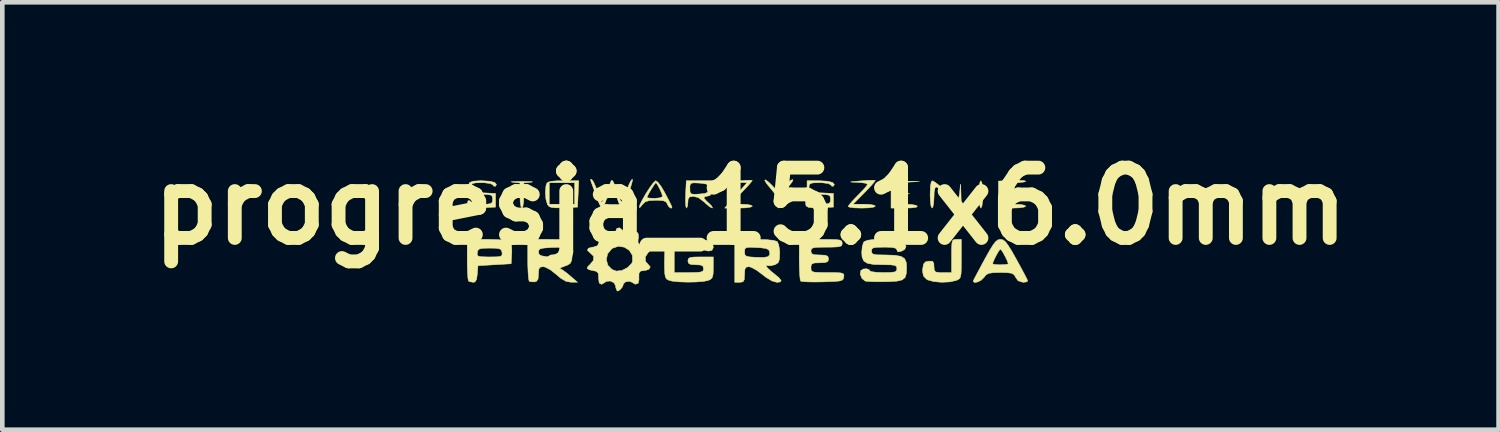
<source format=kicad_pcb>
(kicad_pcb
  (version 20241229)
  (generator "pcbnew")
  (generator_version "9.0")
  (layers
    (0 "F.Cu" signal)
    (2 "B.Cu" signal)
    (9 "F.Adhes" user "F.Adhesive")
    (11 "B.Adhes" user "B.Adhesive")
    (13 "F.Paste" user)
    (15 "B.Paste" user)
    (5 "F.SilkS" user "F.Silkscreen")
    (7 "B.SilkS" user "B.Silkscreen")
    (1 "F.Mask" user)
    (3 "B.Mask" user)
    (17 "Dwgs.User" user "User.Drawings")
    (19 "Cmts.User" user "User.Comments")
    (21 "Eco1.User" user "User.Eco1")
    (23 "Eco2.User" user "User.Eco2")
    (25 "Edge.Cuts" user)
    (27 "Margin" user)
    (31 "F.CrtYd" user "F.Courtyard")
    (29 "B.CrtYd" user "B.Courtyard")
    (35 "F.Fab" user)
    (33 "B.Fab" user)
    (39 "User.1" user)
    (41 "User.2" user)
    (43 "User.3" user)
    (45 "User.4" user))
  (footprint "progresja_15.1x6.0mm"
    (layer "F.Cu")
    (at 13.215 1.418)
    (property "Reference" "progresja_15.1x6.0mm" (at 0 0 0) (layer "F.SilkS") (effects (font (size 1.524 1.524) (thickness 0.3))))
    (attr through_hole)
    (fp_poly (pts (xy 5.017 -0.511) (xy 5.032 -0.406) (xy 5.038 -0.254) (xy 5.038 -0.254) (xy 5.032 -0.102) (xy 5.017 0.003) (xy 4.995 0.042) (xy 4.995 0.042) (xy 4.974 0.003) (xy 4.959 -0.102) (xy 4.953 -0.254) (xy 4.953 -0.254) (xy 4.959 -0.406) (xy 4.974 -0.511) (xy 4.995 -0.55) (xy 4.995 -0.55) (xy 5.017 -0.511)) (stroke (width 0.01) (type solid)) (fill yes) (layer "F.SilkS"))
    (fp_poly (pts (xy -4.813 -0.534) (xy -4.733 -0.53) (xy -4.724 -0.524) (xy -4.752 -0.519) (xy -4.911 -0.503) (xy -4.911 -0.23) (xy -4.917 -0.087) (xy -4.933 0.01) (xy -4.953 0.042) (xy -4.975 0.003) (xy -4.99 -0.099) (xy -4.995 -0.23) (xy -4.995 -0.503) (xy -5.154 -0.519) (xy -5.187 -0.527) (xy -5.145 -0.532) (xy -5.037 -0.536) (xy -4.953 -0.536) (xy -4.813 -0.534)) (stroke (width 0.01) (type solid)) (fill yes) (layer "F.SilkS"))
    (fp_poly (pts (xy 0.04 -0.56) (xy 0.021 -0.527) (xy -0.046 -0.449) (xy -0.147 -0.341) (xy -0.192 -0.295) (xy -0.442 -0.042) (xy -0.2 -0.042) (xy -0.069 -0.036) (xy 0.019 -0.018) (xy 0.042 0) (xy 0.003 0.022) (xy -0.102 0.037) (xy -0.255 0.042) (xy -0.258 0.042) (xy -0.557 0.042) (xy -0.316 -0.233) (xy -0.074 -0.508) (xy -0.529 -0.523) (xy -0.254 -0.547) (xy -0.111 -0.558) (xy -0.004 -0.562) (xy 0.04 -0.56)) (stroke (width 0.01) (type solid)) (fill yes) (layer "F.SilkS"))
    (fp_poly (pts (xy -3.734 -0.265) (xy -3.747 0.021) (xy -4.051 0.034) (xy -4.213 0.037) (xy -4.311 0.029) (xy -4.367 0.006) (xy -4.4 -0.038) (xy -4.433 -0.153) (xy -4.444 -0.303) (xy -4.431 -0.443) (xy -4.419 -0.483) (xy -4.398 -0.508) (xy -4.36 -0.508) (xy -4.36 -0.042) (xy -3.81 -0.042) (xy -3.81 -0.508) (xy -4.36 -0.508) (xy -4.398 -0.508) (xy -4.388 -0.518) (xy -4.318 -0.539) (xy -4.19 -0.549) (xy -4.058 -0.55) (xy -3.721 -0.55) (xy -3.734 -0.265)) (stroke (width 0.01) (type solid)) (fill yes) (layer "F.SilkS"))
    (fp_poly (pts (xy 0.923 -0.573) (xy 0.909 -0.532) (xy 0.849 -0.453) (xy 0.786 -0.384) (xy 0.689 -0.274) (xy 0.645 -0.188) (xy 0.642 -0.099) (xy 0.644 -0.088) (xy 0.644 0.01) (xy 0.614 0.042) (xy 0.582 0.006) (xy 0.583 -0.08) (xy 0.58 -0.172) (xy 0.533 -0.267) (xy 0.443 -0.377) (xy 0.347 -0.494) (xy 0.31 -0.56) (xy 0.328 -0.571) (xy 0.397 -0.519) (xy 0.481 -0.436) (xy 0.633 -0.275) (xy 0.699 -0.368) (xy 0.792 -0.486) (xy 0.87 -0.56) (xy 0.92 -0.575) (xy 0.923 -0.573)) (stroke (width 0.01) (type solid)) (fill yes) (layer "F.SilkS"))
    (fp_poly (pts (xy 3.355 -0.542) (xy 3.662 -0.534) (xy 3.397 -0.519) (xy 3.253 -0.508) (xy 3.173 -0.491) (xy 3.14 -0.46) (xy 3.133 -0.405) (xy 3.133 -0.403) (xy 3.146 -0.334) (xy 3.201 -0.299) (xy 3.291 -0.285) (xy 3.45 -0.268) (xy 3.291 -0.261) (xy 3.186 -0.249) (xy 3.142 -0.214) (xy 3.133 -0.148) (xy 3.139 -0.087) (xy 3.171 -0.056) (xy 3.25 -0.044) (xy 3.363 -0.042) (xy 3.496 -0.035) (xy 3.591 -0.017) (xy 3.619 0) (xy 3.596 0.024) (xy 3.495 0.038) (xy 3.347 0.042) (xy 3.048 0.042) (xy 3.048 -0.55) (xy 3.355 -0.542)) (stroke (width 0.01) (type solid)) (fill yes) (layer "F.SilkS"))
    (fp_poly (pts (xy 4.572 1.144) (xy 4.571 1.337) (xy 4.566 1.462) (xy 4.552 1.537) (xy 4.526 1.577) (xy 4.484 1.601) (xy 4.463 1.61) (xy 4.32 1.642) (xy 4.146 1.65) (xy 3.978 1.636) (xy 3.847 1.6) (xy 3.817 1.583) (xy 3.75 1.513) (xy 3.731 1.413) (xy 3.734 1.361) (xy 3.752 1.256) (xy 3.795 1.208) (xy 3.863 1.193) (xy 3.944 1.193) (xy 3.975 1.237) (xy 3.979 1.31) (xy 3.985 1.389) (xy 4.016 1.427) (xy 4.096 1.439) (xy 4.17 1.439) (xy 4.36 1.439) (xy 4.36 1.079) (xy 4.361 0.905) (xy 4.368 0.799) (xy 4.384 0.744) (xy 4.415 0.723) (xy 4.466 0.72) (xy 4.572 0.72) (xy 4.572 1.144)) (stroke (width 0.01) (type solid)) (fill yes) (layer "F.SilkS"))
    (fp_poly (pts (xy 3.994 -0.523) (xy 4.088 -0.453) (xy 4.205 -0.352) (xy 4.22 -0.339) (xy 4.337 -0.236) (xy 4.432 -0.161) (xy 4.485 -0.128) (xy 4.489 -0.127) (xy 4.512 -0.165) (xy 4.532 -0.263) (xy 4.541 -0.349) (xy 4.549 -0.449) (xy 4.554 -0.477) (xy 4.559 -0.429) (xy 4.563 -0.301) (xy 4.564 -0.261) (xy 4.572 0.05) (xy 4.367 -0.122) (xy 4.249 -0.223) (xy 4.153 -0.311) (xy 4.107 -0.359) (xy 4.044 -0.416) (xy 4.004 -0.401) (xy 3.983 -0.31) (xy 3.979 -0.191) (xy 3.972 -0.063) (xy 3.954 0.022) (xy 3.937 0.042) (xy 3.915 0.003) (xy 3.9 -0.102) (xy 3.895 -0.254) (xy 3.895 -0.254) (xy 3.901 -0.426) (xy 3.92 -0.526) (xy 3.942 -0.55) (xy 3.994 -0.523)) (stroke (width 0.01) (type solid)) (fill yes) (layer "F.SilkS"))
    (fp_poly (pts (xy 5.924 -0.554) (xy 5.969 -0.541) (xy 5.969 -0.54) (xy 5.931 -0.523) (xy 5.83 -0.512) (xy 5.712 -0.508) (xy 5.571 -0.506) (xy 5.495 -0.494) (xy 5.467 -0.466) (xy 5.468 -0.414) (xy 5.469 -0.413) (xy 5.497 -0.346) (xy 5.573 -0.307) (xy 5.652 -0.292) (xy 5.821 -0.266) (xy 5.641 -0.26) (xy 5.527 -0.251) (xy 5.475 -0.224) (xy 5.461 -0.165) (xy 5.461 -0.148) (xy 5.466 -0.09) (xy 5.496 -0.058) (xy 5.569 -0.045) (xy 5.706 -0.042) (xy 5.715 -0.042) (xy 5.85 -0.036) (xy 5.942 -0.019) (xy 5.969 0) (xy 5.93 0.022) (xy 5.825 0.037) (xy 5.673 0.042) (xy 5.376 0.042) (xy 5.376 -0.543) (xy 5.673 -0.557) (xy 5.819 -0.56) (xy 5.924 -0.554)) (stroke (width 0.01) (type solid)) (fill yes) (layer "F.SilkS"))
    (fp_poly (pts (xy 2.706 -0.56) (xy 2.707 -0.56) (xy 2.688 -0.527) (xy 2.621 -0.449) (xy 2.52 -0.341) (xy 2.475 -0.295) (xy 2.225 -0.042) (xy 2.467 -0.042) (xy 2.598 -0.036) (xy 2.686 -0.018) (xy 2.709 0) (xy 2.67 0.022) (xy 2.565 0.037) (xy 2.413 0.042) (xy 2.413 0.042) (xy 2.267 0.038) (xy 2.161 0.026) (xy 2.117 0.01) (xy 2.117 0.009) (xy 2.145 -0.035) (xy 2.219 -0.12) (xy 2.322 -0.227) (xy 2.328 -0.233) (xy 2.433 -0.341) (xy 2.509 -0.427) (xy 2.54 -0.474) (xy 2.54 -0.475) (xy 2.502 -0.495) (xy 2.404 -0.51) (xy 2.318 -0.515) (xy 2.209 -0.52) (xy 2.171 -0.524) (xy 2.206 -0.531) (xy 2.32 -0.541) (xy 2.392 -0.547) (xy 2.541 -0.558) (xy 2.654 -0.562) (xy 2.706 -0.56)) (stroke (width 0.01) (type solid)) (fill yes) (layer "F.SilkS"))
    (fp_poly (pts (xy -5.704 0.72) (xy -5.517 0.724) (xy -5.358 0.733) (xy -5.25 0.746) (xy -5.215 0.756) (xy -5.179 0.825) (xy -5.171 0.969) (xy -5.173 1.02) (xy -5.186 1.249) (xy -5.546 1.27) (xy -5.905 1.291) (xy -5.919 1.471) (xy -5.936 1.59) (xy -5.97 1.643) (xy -6.007 1.651) (xy -6.086 1.637) (xy -6.11 1.623) (xy -6.122 1.571) (xy -6.131 1.454) (xy -6.137 1.29) (xy -6.138 1.157) (xy -6.138 1.056) (xy -5.921 1.056) (xy -5.896 1.085) (xy -5.827 1.097) (xy -5.695 1.101) (xy -5.652 1.101) (xy -5.502 1.099) (xy -5.419 1.089) (xy -5.385 1.065) (xy -5.382 1.02) (xy -5.384 1.005) (xy -5.399 0.952) (xy -5.441 0.924) (xy -5.528 0.912) (xy -5.652 0.91) (xy -5.794 0.913) (xy -5.872 0.927) (xy -5.907 0.959) (xy -5.919 1.005) (xy -5.921 1.056) (xy -6.138 1.056) (xy -6.138 0.72) (xy -5.704 0.72)) (stroke (width 0.01) (type solid)) (fill yes) (layer "F.SilkS"))
    (fp_poly (pts (xy 1.673 -0.54) (xy 1.782 -0.513) (xy 1.82 -0.471) (xy 1.798 -0.431) (xy 1.759 -0.435) (xy 1.748 -0.455) (xy 1.693 -0.489) (xy 1.565 -0.506) (xy 1.499 -0.508) (xy 1.367 -0.505) (xy 1.299 -0.49) (xy 1.273 -0.453) (xy 1.27 -0.404) (xy 1.276 -0.347) (xy 1.307 -0.315) (xy 1.382 -0.298) (xy 1.522 -0.288) (xy 1.535 -0.288) (xy 1.799 -0.275) (xy 1.799 0.021) (xy 1.513 0.034) (xy 1.353 0.037) (xy 1.259 0.026) (xy 1.212 -0.001) (xy 1.201 -0.021) (xy 1.195 -0.095) (xy 1.207 -0.118) (xy 1.247 -0.115) (xy 1.258 -0.095) (xy 1.313 -0.061) (xy 1.44 -0.044) (xy 1.506 -0.042) (xy 1.638 -0.045) (xy 1.707 -0.06) (xy 1.732 -0.097) (xy 1.736 -0.148) (xy 1.73 -0.207) (xy 1.701 -0.238) (xy 1.628 -0.251) (xy 1.491 -0.254) (xy 1.482 -0.254) (xy 1.228 -0.254) (xy 1.228 -0.55) (xy 1.5 -0.55) (xy 1.673 -0.54)) (stroke (width 0.01) (type solid)) (fill yes) (layer "F.SilkS"))
    (fp_poly (pts (xy -0.812 -0.392) (xy -0.832 -0.282) (xy -0.877 -0.231) (xy -0.921 -0.219) (xy -0.994 -0.203) (xy -1.006 -0.172) (xy -0.954 -0.112) (xy -0.9 -0.063) (xy -0.836 0.003) (xy -0.822 0.039) (xy -0.828 0.041) (xy -0.883 0.014) (xy -0.967 -0.056) (xy -0.995 -0.085) (xy -1.13 -0.186) (xy -1.236 -0.212) (xy -1.32 -0.2) (xy -1.351 -0.148) (xy -1.355 -0.085) (xy -1.364 0.005) (xy -1.386 0.042) (xy -1.386 0.042) (xy -1.4 0.004) (xy -1.407 -0.098) (xy -1.405 -0.241) (xy -1.404 -0.254) (xy -1.398 -0.381) (xy -1.312 -0.381) (xy -1.308 -0.302) (xy -1.281 -0.265) (xy -1.209 -0.257) (xy -1.111 -0.262) (xy -0.989 -0.274) (xy -0.93 -0.299) (xy -0.911 -0.35) (xy -0.91 -0.381) (xy -0.919 -0.446) (xy -0.958 -0.479) (xy -1.052 -0.495) (xy -1.111 -0.5) (xy -1.232 -0.505) (xy -1.291 -0.491) (xy -1.311 -0.445) (xy -1.312 -0.381) (xy -1.398 -0.381) (xy -1.39 -0.55) (xy -0.799 -0.55) (xy -0.812 -0.392)) (stroke (width 0.01) (type solid)) (fill yes) (layer "F.SilkS"))
    (fp_poly (pts (xy -2.002 -0.515) (xy -1.933 -0.423) (xy -1.857 -0.293) (xy -1.853 -0.286) (xy -1.771 -0.128) (xy -1.722 -0.031) (xy -1.701 0.02) (xy -1.702 0.039) (xy -1.72 0.042) (xy -1.729 0.042) (xy -1.775 0.007) (xy -1.799 -0.042) (xy -1.829 -0.093) (xy -1.893 -0.119) (xy -2.014 -0.127) (xy -2.051 -0.127) (xy -2.193 -0.12) (xy -2.279 -0.094) (xy -2.337 -0.039) (xy -2.342 -0.032) (xy -2.39 0.025) (xy -2.411 0.028) (xy -2.392 -0.038) (xy -2.338 -0.145) (xy -2.313 -0.188) (xy -2.244 -0.188) (xy -2.206 -0.176) (xy -2.112 -0.17) (xy -2.074 -0.169) (xy -1.968 -0.179) (xy -1.909 -0.204) (xy -1.905 -0.214) (xy -1.922 -0.274) (xy -1.961 -0.365) (xy -2.007 -0.452) (xy -2.043 -0.504) (xy -2.05 -0.508) (xy -2.078 -0.476) (xy -2.129 -0.398) (xy -2.186 -0.305) (xy -2.229 -0.224) (xy -2.244 -0.188) (xy -2.313 -0.188) (xy -2.265 -0.272) (xy -2.185 -0.396) (xy -2.112 -0.495) (xy -2.06 -0.547) (xy -2.05 -0.55) (xy -2.002 -0.515)) (stroke (width 0.01) (type solid)) (fill yes) (layer "F.SilkS"))
    (fp_poly (pts (xy -5.649 -0.54) (xy -5.541 -0.513) (xy -5.504 -0.47) (xy -5.526 -0.431) (xy -5.565 -0.435) (xy -5.576 -0.455) (xy -5.631 -0.489) (xy -5.758 -0.506) (xy -5.824 -0.508) (xy -5.956 -0.505) (xy -6.025 -0.49) (xy -6.05 -0.453) (xy -6.054 -0.404) (xy -6.048 -0.347) (xy -6.017 -0.315) (xy -5.941 -0.298) (xy -5.802 -0.288) (xy -5.789 -0.288) (xy -5.524 -0.275) (xy -5.524 0.021) (xy -5.811 0.034) (xy -5.971 0.037) (xy -6.065 0.026) (xy -6.112 -0.001) (xy -6.123 -0.021) (xy -6.129 -0.095) (xy -6.117 -0.118) (xy -6.077 -0.115) (xy -6.066 -0.095) (xy -6.011 -0.061) (xy -5.883 -0.044) (xy -5.817 -0.042) (xy -5.685 -0.045) (xy -5.617 -0.06) (xy -5.591 -0.097) (xy -5.588 -0.148) (xy -5.594 -0.207) (xy -5.623 -0.239) (xy -5.698 -0.252) (xy -5.837 -0.254) (xy -5.837 -0.254) (xy -5.978 -0.257) (xy -6.056 -0.272) (xy -6.092 -0.306) (xy -6.105 -0.351) (xy -6.114 -0.452) (xy -6.086 -0.512) (xy -6.006 -0.541) (xy -5.859 -0.55) (xy -5.82 -0.55) (xy -5.649 -0.54)) (stroke (width 0.01) (type solid)) (fill yes) (layer "F.SilkS"))
    (fp_poly (pts (xy -2.557 -0.582) (xy -2.561 -0.535) (xy -2.589 -0.435) (xy -2.633 -0.305) (xy -2.685 -0.169) (xy -2.735 -0.051) (xy -2.775 0.026) (xy -2.791 0.042) (xy -2.819 0.005) (xy -2.86 -0.09) (xy -2.894 -0.191) (xy -2.939 -0.316) (xy -2.979 -0.4) (xy -3 -0.423) (xy -3.029 -0.386) (xy -3.071 -0.291) (xy -3.106 -0.191) (xy -3.151 -0.065) (xy -3.193 0.02) (xy -3.216 0.042) (xy -3.247 0.006) (xy -3.293 -0.09) (xy -3.336 -0.201) (xy -3.387 -0.346) (xy -3.431 -0.468) (xy -3.453 -0.526) (xy -3.465 -0.582) (xy -3.438 -0.577) (xy -3.4 -0.523) (xy -3.351 -0.414) (xy -3.317 -0.316) (xy -3.274 -0.191) (xy -3.236 -0.107) (xy -3.218 -0.085) (xy -3.191 -0.121) (xy -3.148 -0.215) (xy -3.114 -0.307) (xy -3.066 -0.436) (xy -3.025 -0.531) (xy -3.007 -0.562) (xy -2.981 -0.543) (xy -2.942 -0.46) (xy -2.9 -0.34) (xy -2.845 -0.18) (xy -2.801 -0.102) (xy -2.763 -0.103) (xy -2.73 -0.18) (xy -2.724 -0.201) (xy -2.687 -0.326) (xy -2.641 -0.447) (xy -2.597 -0.54) (xy -2.564 -0.583) (xy -2.557 -0.582)) (stroke (width 0.01) (type solid)) (fill yes) (layer "F.SilkS"))
    (fp_poly (pts (xy 5.47 0.729) (xy 5.522 0.766) (xy 5.582 0.843) (xy 5.662 0.97) (xy 5.768 1.158) (xy 5.863 1.332) (xy 5.941 1.478) (xy 5.993 1.58) (xy 6.011 1.624) (xy 5.975 1.644) (xy 5.905 1.651) (xy 5.8 1.616) (xy 5.75 1.545) (xy 5.717 1.488) (xy 5.668 1.457) (xy 5.582 1.443) (xy 5.435 1.439) (xy 5.417 1.439) (xy 5.261 1.442) (xy 5.166 1.457) (xy 5.107 1.489) (xy 5.063 1.545) (xy 5.003 1.604) (xy 4.927 1.643) (xy 4.861 1.656) (xy 4.83 1.634) (xy 4.833 1.614) (xy 4.858 1.563) (xy 4.915 1.455) (xy 4.995 1.306) (xy 5.025 1.25) (xy 5.249 1.25) (xy 5.287 1.263) (xy 5.381 1.27) (xy 5.419 1.27) (xy 5.525 1.266) (xy 5.584 1.255) (xy 5.588 1.25) (xy 5.57 1.193) (xy 5.528 1.103) (xy 5.477 1.009) (xy 5.434 0.944) (xy 5.419 0.931) (xy 5.388 0.965) (xy 5.34 1.045) (xy 5.291 1.141) (xy 5.256 1.222) (xy 5.249 1.25) (xy 5.025 1.25) (xy 5.08 1.148) (xy 5.185 0.96) (xy 5.262 0.836) (xy 5.321 0.762) (xy 5.371 0.728) (xy 5.419 0.72) (xy 5.47 0.729)) (stroke (width 0.01) (type solid)) (fill yes) (layer "F.SilkS"))
    (fp_poly (pts (xy -1.109 0.724) (xy -0.957 0.739) (xy -0.864 0.771) (xy -0.817 0.822) (xy -0.804 0.897) (xy -0.804 0.897) (xy -0.834 0.959) (xy -0.91 0.974) (xy -0.99 0.959) (xy -1.016 0.931) (xy -1.055 0.91) (xy -1.162 0.895) (xy -1.319 0.889) (xy -1.333 0.889) (xy -1.651 0.889) (xy -1.651 1.439) (xy -1.333 1.439) (xy -1.171 1.437) (xy -1.076 1.428) (xy -1.03 1.407) (xy -1.016 1.37) (xy -1.016 1.355) (xy -1.03 1.299) (xy -1.088 1.275) (xy -1.185 1.27) (xy -1.296 1.263) (xy -1.345 1.234) (xy -1.355 1.185) (xy -1.346 1.14) (xy -1.308 1.114) (xy -1.221 1.103) (xy -1.079 1.101) (xy -0.804 1.101) (xy -0.804 1.335) (xy -0.808 1.471) (xy -0.827 1.548) (xy -0.869 1.59) (xy -0.913 1.61) (xy -1.02 1.632) (xy -1.181 1.644) (xy -1.367 1.647) (xy -1.549 1.641) (xy -1.697 1.625) (xy -1.767 1.607) (xy -1.813 1.583) (xy -1.841 1.542) (xy -1.856 1.467) (xy -1.862 1.339) (xy -1.863 1.195) (xy -1.857 0.988) (xy -1.839 0.843) (xy -1.812 0.771) (xy -1.812 0.77) (xy -1.739 0.744) (xy -1.588 0.726) (xy -1.365 0.72) (xy -1.333 0.72) (xy -1.109 0.724)) (stroke (width 0.01) (type solid)) (fill yes) (layer "F.SilkS"))
    (fp_poly (pts (xy 0.333 0.725) (xy 0.495 0.741) (xy 0.579 0.766) (xy 0.584 0.77) (xy 0.614 0.841) (xy 0.633 0.96) (xy 0.635 1.026) (xy 0.629 1.153) (xy 0.605 1.222) (xy 0.549 1.262) (xy 0.526 1.271) (xy 0.432 1.294) (xy 0.377 1.289) (xy 0.342 1.289) (xy 0.341 1.299) (xy 0.373 1.343) (xy 0.452 1.416) (xy 0.508 1.46) (xy 0.623 1.556) (xy 0.667 1.615) (xy 0.644 1.644) (xy 0.569 1.651) (xy 0.467 1.621) (xy 0.333 1.54) (xy 0.259 1.482) (xy 0.137 1.391) (xy 0.027 1.33) (xy -0.034 1.312) (xy -0.095 1.324) (xy -0.121 1.375) (xy -0.127 1.482) (xy -0.133 1.591) (xy -0.16 1.639) (xy -0.224 1.651) (xy -0.233 1.651) (xy -0.339 1.651) (xy -0.339 0.991) (xy -0.127 0.991) (xy -0.121 1.051) (xy -0.088 1.084) (xy -0.008 1.101) (xy 0.116 1.109) (xy 0.281 1.112) (xy 0.377 1.097) (xy 0.417 1.057) (xy 0.416 0.989) (xy 0.393 0.944) (xy 0.333 0.917) (xy 0.216 0.902) (xy 0.137 0.898) (xy -0.007 0.892) (xy -0.086 0.899) (xy -0.119 0.925) (xy -0.127 0.976) (xy -0.127 0.991) (xy -0.339 0.991) (xy -0.339 0.72) (xy 0.097 0.72) (xy 0.333 0.725)) (stroke (width 0.01) (type solid)) (fill yes) (layer "F.SilkS"))
    (fp_poly (pts (xy -4.163 0.723) (xy -4.011 0.738) (xy -3.918 0.772) (xy -3.871 0.834) (xy -3.857 0.931) (xy -3.86 1.044) (xy -3.873 1.17) (xy -3.903 1.239) (xy -3.968 1.28) (xy -4.022 1.299) (xy -4.106 1.332) (xy -4.133 1.352) (xy -4.128 1.354) (xy -4.074 1.382) (xy -3.982 1.449) (xy -3.916 1.504) (xy -3.747 1.65) (xy -3.885 1.65) (xy -3.997 1.63) (xy -4.114 1.561) (xy -4.207 1.482) (xy -4.334 1.381) (xy -4.446 1.322) (xy -4.492 1.312) (xy -4.559 1.323) (xy -4.587 1.372) (xy -4.593 1.471) (xy -4.603 1.581) (xy -4.639 1.631) (xy -4.68 1.642) (xy -4.764 1.639) (xy -4.796 1.625) (xy -4.808 1.572) (xy -4.818 1.454) (xy -4.825 1.29) (xy -4.826 1.157) (xy -4.826 0.995) (xy -4.593 0.995) (xy -4.581 1.045) (xy -4.53 1.076) (xy -4.422 1.095) (xy -4.36 1.101) (xy -4.206 1.113) (xy -4.117 1.109) (xy -4.076 1.081) (xy -4.064 1.023) (xy -4.064 0.99) (xy -4.069 0.933) (xy -4.095 0.903) (xy -4.163 0.893) (xy -4.292 0.896) (xy -4.329 0.898) (xy -4.475 0.908) (xy -4.555 0.925) (xy -4.588 0.957) (xy -4.593 0.995) (xy -4.826 0.995) (xy -4.826 0.72) (xy -4.387 0.72) (xy -4.163 0.723)) (stroke (width 0.01) (type solid)) (fill yes) (layer "F.SilkS"))
    (fp_poly (pts (xy 1.728 0.721) (xy 1.862 0.725) (xy 1.94 0.736) (xy 1.978 0.757) (xy 1.989 0.788) (xy 1.99 0.804) (xy 1.983 0.847) (xy 1.95 0.872) (xy 1.875 0.884) (xy 1.74 0.889) (xy 1.651 0.889) (xy 1.482 0.891) (xy 1.381 0.899) (xy 1.331 0.918) (xy 1.314 0.951) (xy 1.312 0.974) (xy 1.325 1.027) (xy 1.377 1.052) (xy 1.489 1.058) (xy 1.503 1.058) (xy 1.622 1.064) (xy 1.678 1.087) (xy 1.693 1.137) (xy 1.693 1.143) (xy 1.681 1.196) (xy 1.629 1.221) (xy 1.517 1.228) (xy 1.503 1.228) (xy 1.385 1.232) (xy 1.33 1.254) (xy 1.313 1.305) (xy 1.312 1.333) (xy 1.316 1.385) (xy 1.337 1.416) (xy 1.392 1.432) (xy 1.498 1.438) (xy 1.672 1.439) (xy 1.675 1.439) (xy 1.85 1.44) (xy 1.956 1.447) (xy 2.01 1.462) (xy 2.027 1.492) (xy 2.024 1.535) (xy 2.014 1.577) (xy 1.986 1.605) (xy 1.926 1.623) (xy 1.818 1.633) (xy 1.646 1.639) (xy 1.564 1.642) (xy 1.377 1.644) (xy 1.223 1.641) (xy 1.12 1.633) (xy 1.088 1.624) (xy 1.076 1.572) (xy 1.066 1.454) (xy 1.06 1.29) (xy 1.058 1.157) (xy 1.058 0.72) (xy 1.524 0.72) (xy 1.728 0.721)) (stroke (width 0.01) (type solid)) (fill yes) (layer "F.SilkS"))
    (fp_poly (pts (xy 3.012 0.722) (xy 3.169 0.739) (xy 3.284 0.766) (xy 3.322 0.788) (xy 3.374 0.872) (xy 3.343 0.939) (xy 3.268 0.979) (xy 3.195 0.992) (xy 3.175 0.951) (xy 3.155 0.916) (xy 3.087 0.897) (xy 2.953 0.889) (xy 2.9 0.889) (xy 2.751 0.892) (xy 2.668 0.903) (xy 2.632 0.93) (xy 2.625 0.974) (xy 2.633 1.018) (xy 2.668 1.043) (xy 2.75 1.055) (xy 2.896 1.058) (xy 2.924 1.058) (xy 3.129 1.065) (xy 3.265 1.089) (xy 3.343 1.139) (xy 3.379 1.223) (xy 3.386 1.324) (xy 3.38 1.459) (xy 3.353 1.547) (xy 3.289 1.599) (xy 3.175 1.626) (xy 2.995 1.636) (xy 2.933 1.637) (xy 2.756 1.639) (xy 2.606 1.635) (xy 2.508 1.628) (xy 2.489 1.624) (xy 2.418 1.568) (xy 2.38 1.477) (xy 2.392 1.397) (xy 2.446 1.363) (xy 2.521 1.357) (xy 2.575 1.379) (xy 2.582 1.397) (xy 2.621 1.419) (xy 2.726 1.434) (xy 2.878 1.439) (xy 2.879 1.439) (xy 3.034 1.437) (xy 3.124 1.427) (xy 3.164 1.403) (xy 3.175 1.361) (xy 3.175 1.355) (xy 3.167 1.31) (xy 3.131 1.285) (xy 3.05 1.273) (xy 2.904 1.27) (xy 2.876 1.27) (xy 2.67 1.264) (xy 2.535 1.239) (xy 2.457 1.189) (xy 2.42 1.105) (xy 2.413 1.002) (xy 2.424 0.877) (xy 2.452 0.786) (xy 2.464 0.77) (xy 2.538 0.74) (xy 2.672 0.722) (xy 2.838 0.716) (xy 3.012 0.722)) (stroke (width 0.01) (type solid)) (fill yes) (layer "F.SilkS"))
    (fp_poly (pts (xy -2.78 0.512) (xy -2.765 0.547) (xy -2.709 0.635) (xy -2.62 0.654) (xy -2.535 0.609) (xy -2.475 0.563) (xy -2.444 0.577) (xy -2.431 0.606) (xy -2.424 0.69) (xy -2.434 0.719) (xy -2.436 0.788) (xy -2.379 0.852) (xy -2.286 0.887) (xy -2.26 0.889) (xy -2.175 0.907) (xy -2.169 0.956) (xy -2.223 1.016) (xy -2.279 1.105) (xy -2.272 1.201) (xy -2.217 1.262) (xy -2.171 1.315) (xy -2.196 1.366) (xy -2.277 1.395) (xy -2.31 1.397) (xy -2.383 1.408) (xy -2.415 1.457) (xy -2.417 1.562) (xy -2.415 1.598) (xy -2.435 1.675) (xy -2.498 1.692) (xy -2.567 1.65) (xy -2.63 1.628) (xy -2.706 1.642) (xy -2.75 1.681) (xy -2.752 1.69) (xy -2.775 1.752) (xy -2.826 1.813) (xy -2.876 1.841) (xy -2.89 1.837) (xy -2.917 1.772) (xy -2.921 1.731) (xy -2.956 1.662) (xy -3.035 1.623) (xy -3.12 1.629) (xy -3.145 1.647) (xy -3.225 1.695) (xy -3.277 1.667) (xy -3.292 1.569) (xy -3.292 1.557) (xy -3.296 1.458) (xy -3.338 1.414) (xy -3.365 1.407) (xy -3.491 1.38) (xy -3.54 1.35) (xy -3.522 1.307) (xy -3.482 1.271) (xy -3.401 1.173) (xy -3.401 1.16) (xy -3.123 1.16) (xy -3.089 1.282) (xy -3 1.373) (xy -2.906 1.408) (xy -2.784 1.394) (xy -2.661 1.331) (xy -2.573 1.24) (xy -2.555 1.196) (xy -2.559 1.066) (xy -2.625 0.959) (xy -2.733 0.89) (xy -2.862 0.87) (xy -2.989 0.913) (xy -3.003 0.922) (xy -3.095 1.033) (xy -3.123 1.16) (xy -3.401 1.16) (xy -3.4 1.084) (xy -3.473 1.015) (xy -3.532 0.96) (xy -3.515 0.913) (xy -3.429 0.89) (xy -3.41 0.889) (xy -3.314 0.858) (xy -3.277 0.77) (xy -3.289 0.681) (xy -3.289 0.612) (xy -3.229 0.593) (xy -3.225 0.593) (xy -3.143 0.609) (xy -3.114 0.631) (xy -3.058 0.658) (xy -2.985 0.635) (xy -2.93 0.581) (xy -2.921 0.545) (xy -2.894 0.481) (xy -2.836 0.47) (xy -2.78 0.512)) (stroke (width 0.01) (type solid)) (fill yes) (layer "F.SilkS")))
  (gr_rect
    (start -3 -3)
    (end 29.431 6.264)
    (stroke (width 0.1) (type default))
    (fill no)
    (layer "Edge.Cuts")))
</source>
